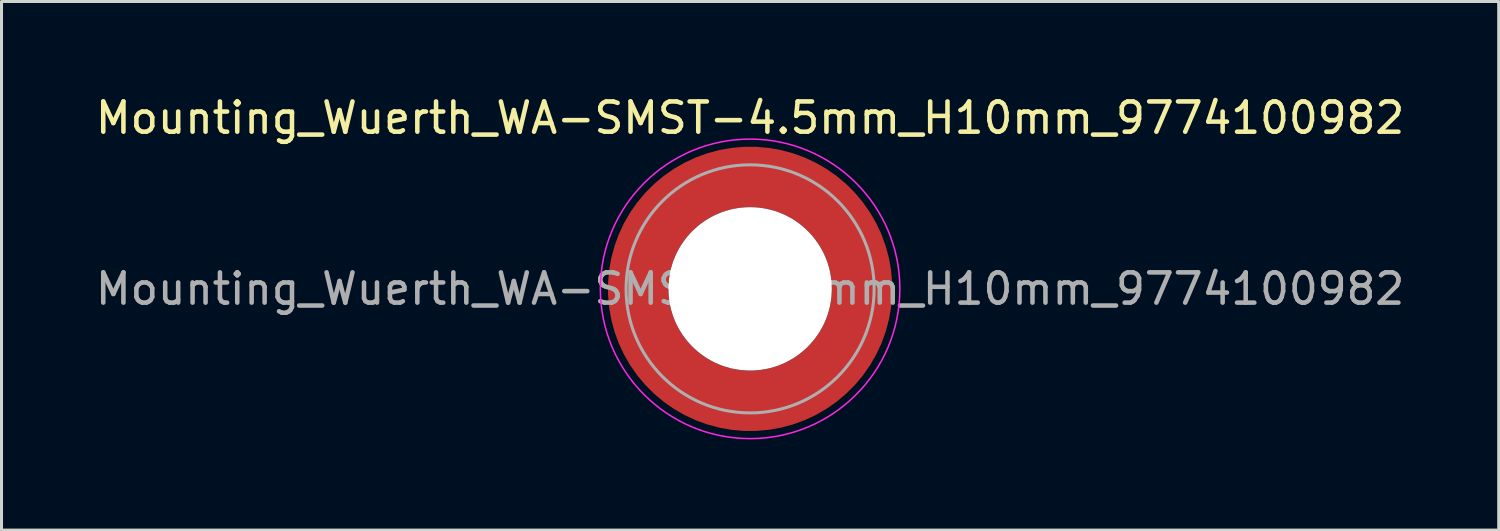
<source format=kicad_pcb>
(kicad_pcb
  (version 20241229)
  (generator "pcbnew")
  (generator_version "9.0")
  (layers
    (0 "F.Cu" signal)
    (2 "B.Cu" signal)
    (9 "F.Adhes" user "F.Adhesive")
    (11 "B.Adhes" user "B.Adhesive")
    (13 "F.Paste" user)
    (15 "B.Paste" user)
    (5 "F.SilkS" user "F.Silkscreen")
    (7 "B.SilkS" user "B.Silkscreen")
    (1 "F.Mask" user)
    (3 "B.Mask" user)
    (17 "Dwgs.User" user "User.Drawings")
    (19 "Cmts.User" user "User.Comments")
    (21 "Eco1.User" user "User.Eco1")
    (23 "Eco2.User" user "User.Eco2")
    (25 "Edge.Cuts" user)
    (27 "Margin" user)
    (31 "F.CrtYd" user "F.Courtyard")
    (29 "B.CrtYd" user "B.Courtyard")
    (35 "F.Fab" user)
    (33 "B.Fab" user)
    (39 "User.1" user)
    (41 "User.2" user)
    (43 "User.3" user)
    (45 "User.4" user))
  (footprint "Mounting_Wuerth_WA-SMST-4.5mm_H10mm_9774100982"
    (layer "F.Cu")
    (at 21.744 6.498)
    (property "Reference" "Mounting_Wuerth_WA-SMST-4.5mm_H10mm_9774100982" (at 0 -5.65 0) (layer "F.SilkS") (effects (font (size 1 1) (thickness 0.15))))
    (property "Mouser Part no." "" (at 0 0 0) (layer "F.Fab") (effects (font (size 1.27 1.27) (thickness 0.15))))
    (property "Mouser link" "" (at 0 0 0) (layer "F.Fab") (effects (font (size 1.27 1.27) (thickness 0.15))))
    (attr smd)
    (fp_circle (center 0 0) (end 4.95 0) (stroke (width 0.05) (type solid)) (fill no) (layer "F.CrtYd"))
    (fp_circle (center 0 0) (end 4.1 0) (stroke (width 0.1) (type solid)) (fill no) (layer "F.Fab"))
    (fp_text user "${REFERENCE}" (at 0 0 0) (layer "F.Fab") (effects (font (size 1 1) (thickness 0.15))))
    (pad "" smd custom (at -2.607 -2.607) (size 1.495 1.495) (layers "F.Paste") (options (anchor circle)) (primitives (gr_arc (start -0.188183 2.107456) (mid 0.598928 0.599619) (end 2.106494 -0.188011) (width 0.2)) (gr_arc (start -0.289416 2.107456) (mid 0.528508 0.529033) (end 2.106724 -0.28929) (width 0.2)) (gr_arc (start -0.390547 2.107456) (mid 0.457087 0.459449) (end 2.104161 -0.389996) (width 0.2)) (gr_arc (start -0.491585 2.107456) (mid 0.386415 0.389116) (end 2.103685 -0.490974) (width 0.2)) (gr_arc (start -0.59254 2.107456) (mid 0.31649 0.318035) (end 2.105297 -0.592202) (width 0.2)) (gr_arc (start -0.693419 2.107456) (mid 0.245252 0.248268) (end 2.103239 -0.692777) (width 0.2)) (gr_arc (start -0.794229 2.107456) (mid 0.174636 0.177878) (end 2.102921 -0.793559) (width 0.2)) (gr_arc (start -0.894975 2.107456) (mid 0.104643 0.106866) (end 2.104343 -0.894529) (width 0.2)) (gr_arc (start -0.995664 2.107456) (mid 0.033026 0.037479) (end 2.101219 -0.994793) (width 0.2)) (gr_arc (start -1.0963 2.107456) (mid -0.035789 -0.034714) (end 2.105949 -1.096096) (width 0.2)) (gr_arc (start -1.196886 2.107456) (mid -0.106351 -0.105157) (end 2.105783 -1.196666) (width 0.2)) (gr_arc (start -1.297427 2.107456) (mid -0.176416 -0.176097) (end 2.107009 -1.29737) (width 0.2)) (gr_arc (start -1.397927 2.107456) (mid -0.248476 -0.245042) (end 2.102638 -1.397323) (width 0.2)) (gr_arc (start -1.498388 2.107456) (mid -0.317612 -0.316913) (end 2.106475 -1.498268) (width 0.2)) (gr_arc (start -1.598813 2.107456) (mid -0.388865 -0.386665) (end 2.104366 -1.598444) (width 0.2)) (gr_arc (start -1.699204 2.107456) (mid -0.459747 -0.456787) (end 2.103299 -1.698719) (width 0.2)) (gr_arc (start -1.799565 2.107456) (mid -0.530257 -0.527283) (end 2.103277 -1.799089) (width 0.2)) (gr_arc (start -1.899896 2.107456) (mid -0.600396 -0.59815) (end 2.104299 -1.899545) (width 0.2)) (gr_arc (start -1.899896 2.107456) (mid -0.600396 -0.59815) (end 2.104299 -1.899545) (width 0.2)) (gr_line (start 2.107 -0.188) (end 2.107 -1.9) (width 0.2)) (gr_line (start -0.188 2.107) (end -1.9 2.107) (width 0.2))))
    (pad "" smd custom (at -2.607 2.607) (size 1.495 1.495) (layers "F.Paste") (options (anchor circle)) (primitives (gr_arc (start 2.107456 0.188183) (mid 0.599619 -0.598928) (end -0.188011 -2.106494) (width 0.2)) (gr_arc (start 2.107456 0.289416) (mid 0.529033 -0.528508) (end -0.28929 -2.106724) (width 0.2)) (gr_arc (start 2.107456 0.390547) (mid 0.459449 -0.457087) (end -0.389996 -2.104161) (width 0.2)) (gr_arc (start 2.107456 0.491585) (mid 0.389116 -0.386415) (end -0.490974 -2.103685) (width 0.2)) (gr_arc (start 2.107456 0.59254) (mid 0.318035 -0.31649) (end -0.592202 -2.105297) (width 0.2)) (gr_arc (start 2.107456 0.693419) (mid 0.248268 -0.245252) (end -0.692777 -2.103239) (width 0.2)) (gr_arc (start 2.107456 0.794229) (mid 0.177878 -0.174636) (end -0.793559 -2.102921) (width 0.2)) (gr_arc (start 2.107456 0.894975) (mid 0.106866 -0.104643) (end -0.894529 -2.104343) (width 0.2)) (gr_arc (start 2.107456 0.995664) (mid 0.037479 -0.033026) (end -0.994793 -2.101219) (width 0.2)) (gr_arc (start 2.107456 1.0963) (mid -0.034714 0.035789) (end -1.096096 -2.105949) (width 0.2)) (gr_arc (start 2.107456 1.196886) (mid -0.105157 0.106351) (end -1.196666 -2.105783) (width 0.2)) (gr_arc (start 2.107456 1.297427) (mid -0.176097 0.176416) (end -1.29737 -2.107009) (width 0.2)) (gr_arc (start 2.107456 1.397927) (mid -0.245042 0.248476) (end -1.397323 -2.102638) (width 0.2)) (gr_arc (start 2.107456 1.498388) (mid -0.316913 0.317612) (end -1.498268 -2.106475) (width 0.2)) (gr_arc (start 2.107456 1.598813) (mid -0.386665 0.388865) (end -1.598444 -2.104366) (width 0.2)) (gr_arc (start 2.107456 1.699204) (mid -0.456787 0.459747) (end -1.698719 -2.103299) (width 0.2)) (gr_arc (start 2.107456 1.799565) (mid -0.527283 0.530257) (end -1.799089 -2.103277) (width 0.2)) (gr_arc (start 2.107456 1.899896) (mid -0.59815 0.600396) (end -1.899545 -2.104299) (width 0.2)) (gr_arc (start 2.107456 1.899896) (mid -0.59815 0.600396) (end -1.899545 -2.104299) (width 0.2)) (gr_line (start -0.188 -2.107) (end -1.9 -2.107) (width 0.2)) (gr_line (start 2.107 0.188) (end 2.107 1.9) (width 0.2))))
    (pad "" np_thru_hole circle (at 0 0) (size 5.4 5.4) (drill 5.4) (layers "*.Cu" "*.Mask"))
    (pad "" smd custom (at 2.607 -2.607) (size 1.495 1.495) (layers "F.Paste") (options (anchor circle)) (primitives (gr_arc (start -2.107456 -0.188183) (mid -0.599619 0.598928) (end 0.188011 2.106494) (width 0.2)) (gr_arc (start -2.107456 -0.289416) (mid -0.529033 0.528508) (end 0.28929 2.106724) (width 0.2)) (gr_arc (start -2.107456 -0.390547) (mid -0.459449 0.457087) (end 0.389996 2.104161) (width 0.2)) (gr_arc (start -2.107456 -0.491585) (mid -0.389116 0.386415) (end 0.490974 2.103685) (width 0.2)) (gr_arc (start -2.107456 -0.59254) (mid -0.318035 0.31649) (end 0.592202 2.105297) (width 0.2)) (gr_arc (start -2.107456 -0.693419) (mid -0.248268 0.245252) (end 0.692777 2.103239) (width 0.2)) (gr_arc (start -2.107456 -0.794229) (mid -0.177878 0.174636) (end 0.793559 2.102921) (width 0.2)) (gr_arc (start -2.107456 -0.894975) (mid -0.106866 0.104643) (end 0.894529 2.104343) (width 0.2)) (gr_arc (start -2.107456 -0.995664) (mid -0.037479 0.033026) (end 0.994793 2.101219) (width 0.2)) (gr_arc (start -2.107456 -1.0963) (mid 0.034714 -0.035789) (end 1.096096 2.105949) (width 0.2)) (gr_arc (start -2.107456 -1.196886) (mid 0.105157 -0.106351) (end 1.196666 2.105783) (width 0.2)) (gr_arc (start -2.107456 -1.297427) (mid 0.176097 -0.176416) (end 1.29737 2.107009) (width 0.2)) (gr_arc (start -2.107456 -1.397927) (mid 0.245042 -0.248476) (end 1.397323 2.102638) (width 0.2)) (gr_arc (start -2.107456 -1.498388) (mid 0.316913 -0.317612) (end 1.498268 2.106475) (width 0.2)) (gr_arc (start -2.107456 -1.598813) (mid 0.386665 -0.388865) (end 1.598444 2.104366) (width 0.2)) (gr_arc (start -2.107456 -1.699204) (mid 0.456787 -0.459747) (end 1.698719 2.103299) (width 0.2)) (gr_arc (start -2.107456 -1.799565) (mid 0.527283 -0.530257) (end 1.799089 2.103277) (width 0.2)) (gr_arc (start -2.107456 -1.899896) (mid 0.59815 -0.600396) (end 1.899545 2.104299) (width 0.2)) (gr_arc (start -2.107456 -1.899896) (mid 0.59815 -0.600396) (end 1.899545 2.104299) (width 0.2)) (gr_line (start 0.188 2.107) (end 1.9 2.107) (width 0.2)) (gr_line (start -2.107 -0.188) (end -2.107 -1.9) (width 0.2))))
    (pad "" smd custom (at 2.607 2.607) (size 1.495 1.495) (layers "F.Paste") (options (anchor circle)) (primitives (gr_arc (start 0.188183 -2.107456) (mid -0.598928 -0.599619) (end -2.106494 0.188011) (width 0.2)) (gr_arc (start 0.289416 -2.107456) (mid -0.528508 -0.529033) (end -2.106724 0.28929) (width 0.2)) (gr_arc (start 0.390547 -2.107456) (mid -0.457087 -0.459449) (end -2.104161 0.389996) (width 0.2)) (gr_arc (start 0.491585 -2.107456) (mid -0.386415 -0.389116) (end -2.103685 0.490974) (width 0.2)) (gr_arc (start 0.59254 -2.107456) (mid -0.31649 -0.318035) (end -2.105297 0.592202) (width 0.2)) (gr_arc (start 0.693419 -2.107456) (mid -0.245252 -0.248268) (end -2.103239 0.692777) (width 0.2)) (gr_arc (start 0.794229 -2.107456) (mid -0.174636 -0.177878) (end -2.102921 0.793559) (width 0.2)) (gr_arc (start 0.894975 -2.107456) (mid -0.104643 -0.106866) (end -2.104343 0.894529) (width 0.2)) (gr_arc (start 0.995664 -2.107456) (mid -0.033026 -0.037479) (end -2.101219 0.994793) (width 0.2)) (gr_arc (start 1.0963 -2.107456) (mid 0.035789 0.034714) (end -2.105949 1.096096) (width 0.2)) (gr_arc (start 1.196886 -2.107456) (mid 0.106351 0.105157) (end -2.105783 1.196666) (width 0.2)) (gr_arc (start 1.297427 -2.107456) (mid 0.176416 0.176097) (end -2.107009 1.29737) (width 0.2)) (gr_arc (start 1.397927 -2.107456) (mid 0.248476 0.245042) (end -2.102638 1.397323) (width 0.2)) (gr_arc (start 1.498388 -2.107456) (mid 0.317612 0.316913) (end -2.106475 1.498268) (width 0.2)) (gr_arc (start 1.598813 -2.107456) (mid 0.388865 0.386665) (end -2.104366 1.598444) (width 0.2)) (gr_arc (start 1.699204 -2.107456) (mid 0.459747 0.456787) (end -2.103299 1.698719) (width 0.2)) (gr_arc (start 1.799565 -2.107456) (mid 0.530257 0.527283) (end -2.103277 1.799089) (width 0.2)) (gr_arc (start 1.899896 -2.107456) (mid 0.600396 0.59815) (end -2.104299 1.899545) (width 0.2)) (gr_arc (start 1.899896 -2.107456) (mid 0.600396 0.59815) (end -2.104299 1.899545) (width 0.2)) (gr_line (start -2.107 0.188) (end -2.107 1.9) (width 0.2)) (gr_line (start 0.188 -2.107) (end 1.9 -2.107) (width 0.2))))
    (pad "1" smd circle (at -3.7 0) (size 1.6 1.6) (layers "F.Cu"))
    (pad "1" smd circle (at 0 -3.7) (size 1.6 1.6) (layers "F.Cu"))
    (pad "1" smd circle (at 0 3.7) (size 1.6 1.6) (layers "F.Cu"))
    (pad "1" smd custom (at 3.7 0) (size 1.6 1.6) (layers "F.Cu" "F.Mask") (options (anchor circle)) (primitives (gr_circle (center -3.7 0) (end 0 0) (width 2) (fill no)))))
  (gr_rect
    (start -3 -3)
    (end 46.488 14.473)
    (stroke (width 0.1) (type default))
    (fill no)
    (layer "Edge.Cuts")))
</source>
